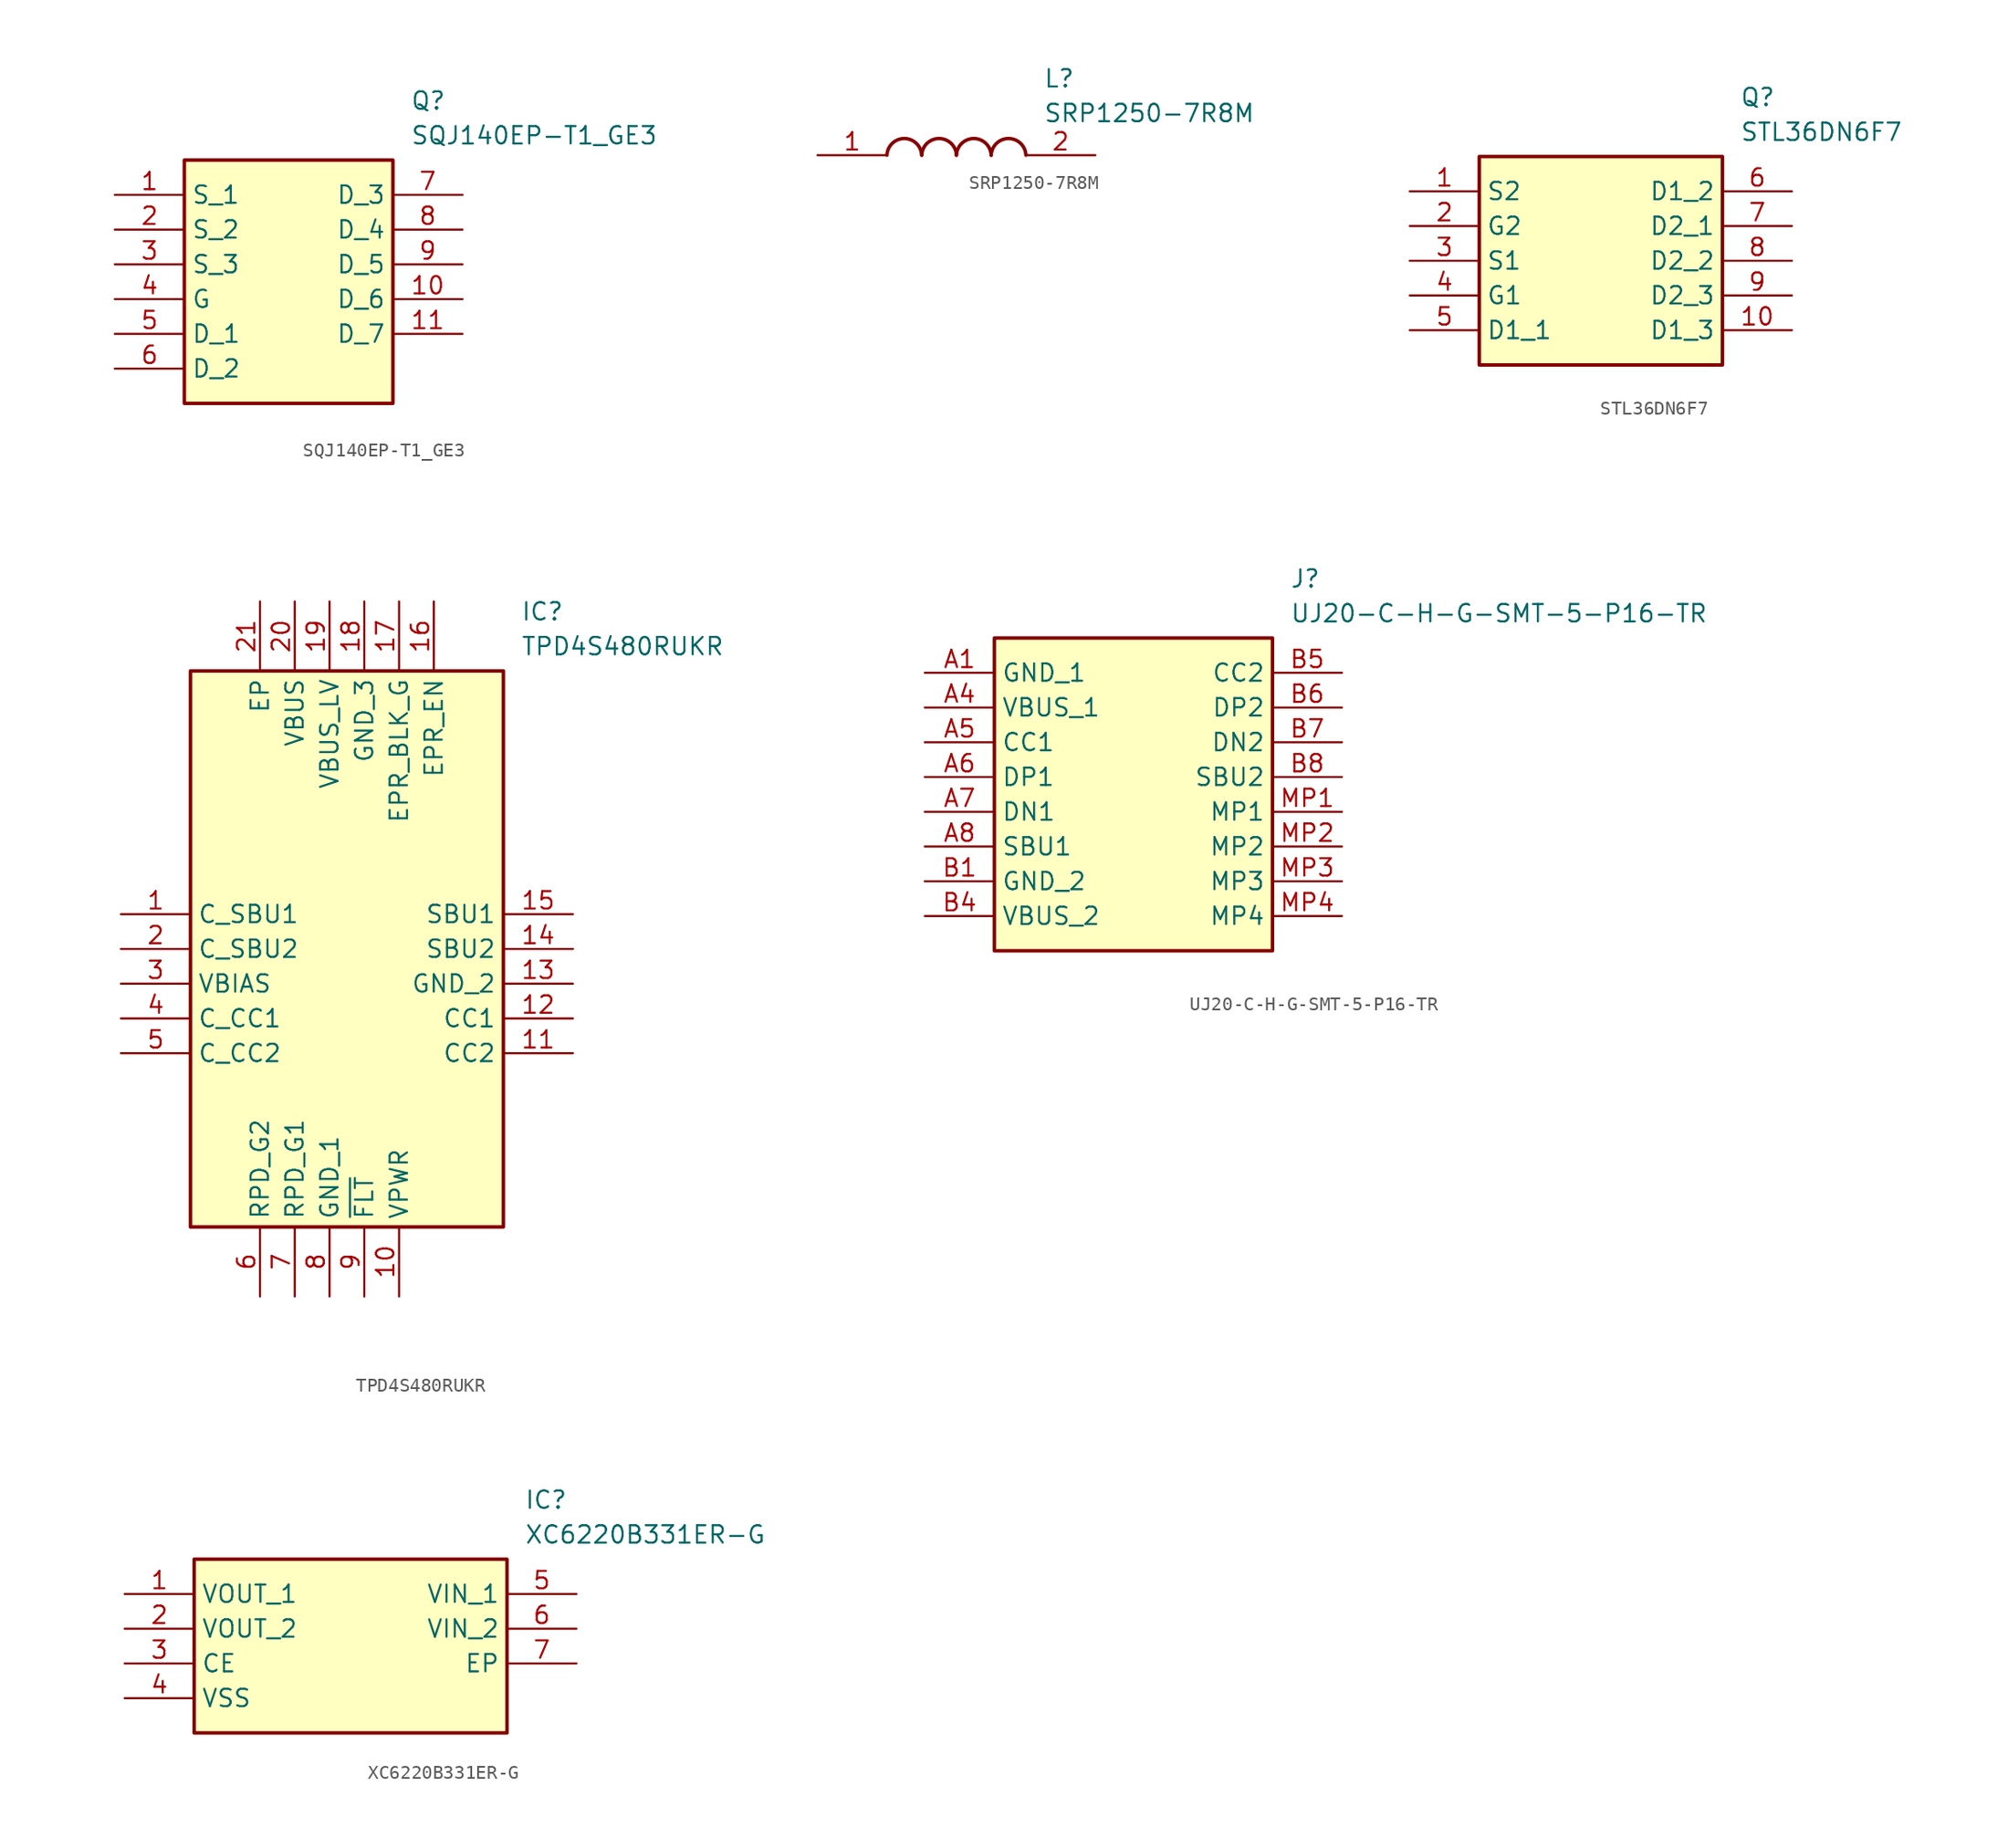
<source format=kicad_sym>
(kicad_symbol_lib
  (version 20241209)
  (generator "kicad_symbol_editor")
  (generator_version "9.0")
  (symbol "SQJ140EP-T1_GE3"
    (property "Reference" "Q"
      (at 21.59 7.62 0)
      (effects (font (size 1.27 1.27)) (justify left top)))
    (property "Value" "SQJ140EP-T1_GE3"
      (at 21.59 5.08 0)
      (effects (font (size 1.27 1.27)) (justify left top)))
    (symbol "SQJ140EP-T1_GE3_1_1"
      (rectangle (start 5.08 2.54) (end 20.32 -15.24) (stroke (width 0.254) (type default)) (fill (type background)))
      (pin passive line (at 0 0 0) (length 5.08) (name "S_1" (effects (font (size 1.27 1.27)))) (number "1" (effects (font (size 1.27 1.27)))))
      (pin passive line (at 0 -2.54 0) (length 5.08) (name "S_2" (effects (font (size 1.27 1.27)))) (number "2" (effects (font (size 1.27 1.27)))))
      (pin passive line (at 0 -5.08 0) (length 5.08) (name "S_3" (effects (font (size 1.27 1.27)))) (number "3" (effects (font (size 1.27 1.27)))))
      (pin passive line (at 0 -7.62 0) (length 5.08) (name "G" (effects (font (size 1.27 1.27)))) (number "4" (effects (font (size 1.27 1.27)))))
      (pin passive line (at 0 -10.16 0) (length 5.08) (name "D_1" (effects (font (size 1.27 1.27)))) (number "5" (effects (font (size 1.27 1.27)))))
      (pin passive line (at 0 -12.7 0) (length 5.08) (name "D_2" (effects (font (size 1.27 1.27)))) (number "6" (effects (font (size 1.27 1.27)))))
      (pin passive line (at 25.4 0 180) (length 5.08) (name "D_3" (effects (font (size 1.27 1.27)))) (number "7" (effects (font (size 1.27 1.27)))))
      (pin passive line (at 25.4 -2.54 180) (length 5.08) (name "D_4" (effects (font (size 1.27 1.27)))) (number "8" (effects (font (size 1.27 1.27)))))
      (pin passive line (at 25.4 -5.08 180) (length 5.08) (name "D_5" (effects (font (size 1.27 1.27)))) (number "9" (effects (font (size 1.27 1.27)))))
      (pin passive line (at 25.4 -7.62 180) (length 5.08) (name "D_6" (effects (font (size 1.27 1.27)))) (number "10" (effects (font (size 1.27 1.27)))))
      (pin passive line (at 25.4 -10.16 180) (length 5.08) (name "D_7" (effects (font (size 1.27 1.27)))) (number "11" (effects (font (size 1.27 1.27)))))))
  (symbol "SRP1250-7R8M"
    (pin_names
      (hide yes))
    (property "Reference" "L"
      (at 16.51 6.35 0)
      (effects (font (size 1.27 1.27)) (justify left top)))
    (property "Value" "SRP1250-7R8M"
      (at 16.51 3.81 0)
      (effects (font (size 1.27 1.27)) (justify left top)))
    (symbol "SRP1250-7R8M_1_1"
      (arc (start 5.08 0) (mid 6.35 1.219) (end 7.62 0) (stroke (width 0.254) (type default)) (fill (type none)))
      (arc (start 7.62 0) (mid 8.89 1.219) (end 10.16 0) (stroke (width 0.254) (type default)) (fill (type none)))
      (arc (start 10.16 0) (mid 11.43 1.219) (end 12.7 0) (stroke (width 0.254) (type default)) (fill (type none)))
      (arc (start 12.7 0) (mid 13.97 1.219) (end 15.24 0) (stroke (width 0.254) (type default)) (fill (type none)))
      (pin passive line (at 0 0 0) (length 5.08) (name "1" (effects (font (size 1.27 1.27)))) (number "1" (effects (font (size 1.27 1.27)))))
      (pin passive line (at 20.32 0 180) (length 5.08) (name "2" (effects (font (size 1.27 1.27)))) (number "2" (effects (font (size 1.27 1.27)))))))
  (symbol "STL36DN6F7"
    (property "Reference" "Q"
      (at 24.13 7.62 0)
      (effects (font (size 1.27 1.27)) (justify left top)))
    (property "Value" "STL36DN6F7"
      (at 24.13 5.08 0)
      (effects (font (size 1.27 1.27)) (justify left top)))
    (symbol "STL36DN6F7_1_1"
      (rectangle (start 5.08 2.54) (end 22.86 -12.7) (stroke (width 0.254) (type default)) (fill (type background)))
      (pin passive line (at 0 0 0) (length 5.08) (name "S2" (effects (font (size 1.27 1.27)))) (number "1" (effects (font (size 1.27 1.27)))))
      (pin passive line (at 0 -2.54 0) (length 5.08) (name "G2" (effects (font (size 1.27 1.27)))) (number "2" (effects (font (size 1.27 1.27)))))
      (pin passive line (at 0 -5.08 0) (length 5.08) (name "S1" (effects (font (size 1.27 1.27)))) (number "3" (effects (font (size 1.27 1.27)))))
      (pin passive line (at 0 -7.62 0) (length 5.08) (name "G1" (effects (font (size 1.27 1.27)))) (number "4" (effects (font (size 1.27 1.27)))))
      (pin passive line (at 0 -10.16 0) (length 5.08) (name "D1_1" (effects (font (size 1.27 1.27)))) (number "5" (effects (font (size 1.27 1.27)))))
      (pin passive line (at 27.94 0 180) (length 5.08) (name "D1_2" (effects (font (size 1.27 1.27)))) (number "6" (effects (font (size 1.27 1.27)))))
      (pin passive line (at 27.94 -2.54 180) (length 5.08) (name "D2_1" (effects (font (size 1.27 1.27)))) (number "7" (effects (font (size 1.27 1.27)))))
      (pin passive line (at 27.94 -5.08 180) (length 5.08) (name "D2_2" (effects (font (size 1.27 1.27)))) (number "8" (effects (font (size 1.27 1.27)))))
      (pin passive line (at 27.94 -7.62 180) (length 5.08) (name "D2_3" (effects (font (size 1.27 1.27)))) (number "9" (effects (font (size 1.27 1.27)))))
      (pin passive line (at 27.94 -10.16 180) (length 5.08) (name "D1_3" (effects (font (size 1.27 1.27)))) (number "10" (effects (font (size 1.27 1.27)))))))
  (symbol "TPD4S480RUKR"
    (property "Reference" "IC"
      (at 29.21 22.86 0)
      (effects (font (size 1.27 1.27)) (justify left top)))
    (property "Value" "TPD4S480RUKR"
      (at 29.21 20.32 0)
      (effects (font (size 1.27 1.27)) (justify left top)))
    (symbol "TPD4S480RUKR_1_1"
      (rectangle (start 5.08 17.78) (end 27.94 -22.86) (stroke (width 0.254) (type default)) (fill (type background)))
      (pin passive line (at 0 0 0) (length 5.08) (name "C_SBU1" (effects (font (size 1.27 1.27)))) (number "1" (effects (font (size 1.27 1.27)))))
      (pin passive line (at 0 -2.54 0) (length 5.08) (name "C_SBU2" (effects (font (size 1.27 1.27)))) (number "2" (effects (font (size 1.27 1.27)))))
      (pin passive line (at 0 -5.08 0) (length 5.08) (name "VBIAS" (effects (font (size 1.27 1.27)))) (number "3" (effects (font (size 1.27 1.27)))))
      (pin passive line (at 0 -7.62 0) (length 5.08) (name "C_CC1" (effects (font (size 1.27 1.27)))) (number "4" (effects (font (size 1.27 1.27)))))
      (pin passive line (at 0 -10.16 0) (length 5.08) (name "C_CC2" (effects (font (size 1.27 1.27)))) (number "5" (effects (font (size 1.27 1.27)))))
      (pin passive line (at 10.16 22.86 270) (length 5.08) (name "EP" (effects (font (size 1.27 1.27)))) (number "21" (effects (font (size 1.27 1.27)))))
      (pin passive line (at 10.16 -27.94 90) (length 5.08) (name "RPD_G2" (effects (font (size 1.27 1.27)))) (number "6" (effects (font (size 1.27 1.27)))))
      (pin passive line (at 12.7 22.86 270) (length 5.08) (name "VBUS" (effects (font (size 1.27 1.27)))) (number "20" (effects (font (size 1.27 1.27)))))
      (pin passive line (at 12.7 -27.94 90) (length 5.08) (name "RPD_G1" (effects (font (size 1.27 1.27)))) (number "7" (effects (font (size 1.27 1.27)))))
      (pin passive line (at 15.24 22.86 270) (length 5.08) (name "VBUS_LV" (effects (font (size 1.27 1.27)))) (number "19" (effects (font (size 1.27 1.27)))))
      (pin passive line (at 15.24 -27.94 90) (length 5.08) (name "GND_1" (effects (font (size 1.27 1.27)))) (number "8" (effects (font (size 1.27 1.27)))))
      (pin passive line (at 17.78 22.86 270) (length 5.08) (name "GND_3" (effects (font (size 1.27 1.27)))) (number "18" (effects (font (size 1.27 1.27)))))
      (pin passive line (at 17.78 -27.94 90) (length 5.08) (name "~{FLT}" (effects (font (size 1.27 1.27)))) (number "9" (effects (font (size 1.27 1.27)))))
      (pin passive line (at 20.32 22.86 270) (length 5.08) (name "EPR_BLK_G" (effects (font (size 1.27 1.27)))) (number "17" (effects (font (size 1.27 1.27)))))
      (pin passive line (at 20.32 -27.94 90) (length 5.08) (name "VPWR" (effects (font (size 1.27 1.27)))) (number "10" (effects (font (size 1.27 1.27)))))
      (pin passive line (at 22.86 22.86 270) (length 5.08) (name "EPR_EN" (effects (font (size 1.27 1.27)))) (number "16" (effects (font (size 1.27 1.27)))))
      (pin passive line (at 33.02 0 180) (length 5.08) (name "SBU1" (effects (font (size 1.27 1.27)))) (number "15" (effects (font (size 1.27 1.27)))))
      (pin passive line (at 33.02 -2.54 180) (length 5.08) (name "SBU2" (effects (font (size 1.27 1.27)))) (number "14" (effects (font (size 1.27 1.27)))))
      (pin passive line (at 33.02 -5.08 180) (length 5.08) (name "GND_2" (effects (font (size 1.27 1.27)))) (number "13" (effects (font (size 1.27 1.27)))))
      (pin passive line (at 33.02 -7.62 180) (length 5.08) (name "CC1" (effects (font (size 1.27 1.27)))) (number "12" (effects (font (size 1.27 1.27)))))
      (pin passive line (at 33.02 -10.16 180) (length 5.08) (name "CC2" (effects (font (size 1.27 1.27)))) (number "11" (effects (font (size 1.27 1.27)))))))
  (symbol "UJ20-C-H-G-SMT-5-P16-TR"
    (property "Reference" "J"
      (at 26.67 7.62 0)
      (effects (font (size 1.27 1.27)) (justify left top)))
    (property "Value" "UJ20-C-H-G-SMT-5-P16-TR"
      (at 26.67 5.08 0)
      (effects (font (size 1.27 1.27)) (justify left top)))
    (symbol "UJ20-C-H-G-SMT-5-P16-TR_1_1"
      (rectangle (start 5.08 2.54) (end 25.4 -20.32) (stroke (width 0.254) (type default)) (fill (type background)))
      (pin passive line (at 0 0 0) (length 5.08) (name "GND_1" (effects (font (size 1.27 1.27)))) (number "A1" (effects (font (size 1.27 1.27)))))
      (pin passive line (at 0 -2.54 0) (length 5.08) (name "VBUS_1" (effects (font (size 1.27 1.27)))) (number "A4" (effects (font (size 1.27 1.27)))))
      (pin passive line (at 0 -5.08 0) (length 5.08) (name "CC1" (effects (font (size 1.27 1.27)))) (number "A5" (effects (font (size 1.27 1.27)))))
      (pin passive line (at 0 -7.62 0) (length 5.08) (name "DP1" (effects (font (size 1.27 1.27)))) (number "A6" (effects (font (size 1.27 1.27)))))
      (pin passive line (at 0 -10.16 0) (length 5.08) (name "DN1" (effects (font (size 1.27 1.27)))) (number "A7" (effects (font (size 1.27 1.27)))))
      (pin passive line (at 0 -12.7 0) (length 5.08) (name "SBU1" (effects (font (size 1.27 1.27)))) (number "A8" (effects (font (size 1.27 1.27)))))
      (pin passive line (at 0 -15.24 0) (length 5.08) (name "GND_2" (effects (font (size 1.27 1.27)))) (number "B1" (effects (font (size 1.27 1.27)))))
      (pin passive line (at 0 -17.78 0) (length 5.08) (name "VBUS_2" (effects (font (size 1.27 1.27)))) (number "B4" (effects (font (size 1.27 1.27)))))
      (pin passive line (at 30.48 0 180) (length 5.08) (name "CC2" (effects (font (size 1.27 1.27)))) (number "B5" (effects (font (size 1.27 1.27)))))
      (pin passive line (at 30.48 -2.54 180) (length 5.08) (name "DP2" (effects (font (size 1.27 1.27)))) (number "B6" (effects (font (size 1.27 1.27)))))
      (pin passive line (at 30.48 -5.08 180) (length 5.08) (name "DN2" (effects (font (size 1.27 1.27)))) (number "B7" (effects (font (size 1.27 1.27)))))
      (pin passive line (at 30.48 -7.62 180) (length 5.08) (name "SBU2" (effects (font (size 1.27 1.27)))) (number "B8" (effects (font (size 1.27 1.27)))))
      (pin passive line (at 30.48 -10.16 180) (length 5.08) (name "MP1" (effects (font (size 1.27 1.27)))) (number "MP1" (effects (font (size 1.27 1.27)))))
      (pin passive line (at 30.48 -12.7 180) (length 5.08) (name "MP2" (effects (font (size 1.27 1.27)))) (number "MP2" (effects (font (size 1.27 1.27)))))
      (pin passive line (at 30.48 -15.24 180) (length 5.08) (name "MP3" (effects (font (size 1.27 1.27)))) (number "MP3" (effects (font (size 1.27 1.27)))))
      (pin passive line (at 30.48 -17.78 180) (length 5.08) (name "MP4" (effects (font (size 1.27 1.27)))) (number "MP4" (effects (font (size 1.27 1.27)))))))
  (symbol "XC6220B331ER-G"
    (property "Reference" "IC"
      (at 29.21 7.62 0)
      (effects (font (size 1.27 1.27)) (justify left top)))
    (property "Value" "XC6220B331ER-G"
      (at 29.21 5.08 0)
      (effects (font (size 1.27 1.27)) (justify left top)))
    (symbol "XC6220B331ER-G_1_1"
      (rectangle (start 5.08 2.54) (end 27.94 -10.16) (stroke (width 0.254) (type default)) (fill (type background)))
      (pin passive line (at 0 0 0) (length 5.08) (name "VOUT_1" (effects (font (size 1.27 1.27)))) (number "1" (effects (font (size 1.27 1.27)))))
      (pin passive line (at 0 -2.54 0) (length 5.08) (name "VOUT_2" (effects (font (size 1.27 1.27)))) (number "2" (effects (font (size 1.27 1.27)))))
      (pin passive line (at 0 -5.08 0) (length 5.08) (name "CE" (effects (font (size 1.27 1.27)))) (number "3" (effects (font (size 1.27 1.27)))))
      (pin passive line (at 0 -7.62 0) (length 5.08) (name "VSS" (effects (font (size 1.27 1.27)))) (number "4" (effects (font (size 1.27 1.27)))))
      (pin passive line (at 33.02 0 180) (length 5.08) (name "VIN_1" (effects (font (size 1.27 1.27)))) (number "5" (effects (font (size 1.27 1.27)))))
      (pin passive line (at 33.02 -2.54 180) (length 5.08) (name "VIN_2" (effects (font (size 1.27 1.27)))) (number "6" (effects (font (size 1.27 1.27)))))
      (pin passive line (at 33.02 -5.08 180) (length 5.08) (name "EP" (effects (font (size 1.27 1.27)))) (number "7" (effects (font (size 1.27 1.27))))))))
</source>
